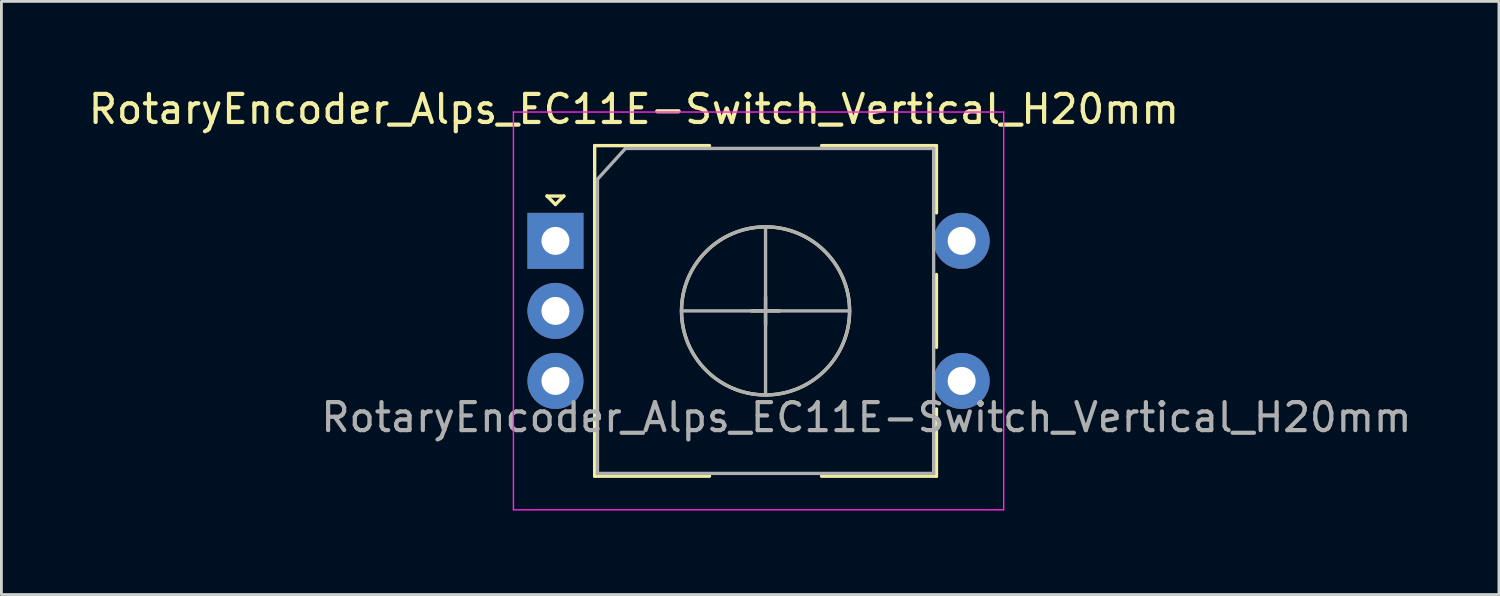
<source format=kicad_pcb>
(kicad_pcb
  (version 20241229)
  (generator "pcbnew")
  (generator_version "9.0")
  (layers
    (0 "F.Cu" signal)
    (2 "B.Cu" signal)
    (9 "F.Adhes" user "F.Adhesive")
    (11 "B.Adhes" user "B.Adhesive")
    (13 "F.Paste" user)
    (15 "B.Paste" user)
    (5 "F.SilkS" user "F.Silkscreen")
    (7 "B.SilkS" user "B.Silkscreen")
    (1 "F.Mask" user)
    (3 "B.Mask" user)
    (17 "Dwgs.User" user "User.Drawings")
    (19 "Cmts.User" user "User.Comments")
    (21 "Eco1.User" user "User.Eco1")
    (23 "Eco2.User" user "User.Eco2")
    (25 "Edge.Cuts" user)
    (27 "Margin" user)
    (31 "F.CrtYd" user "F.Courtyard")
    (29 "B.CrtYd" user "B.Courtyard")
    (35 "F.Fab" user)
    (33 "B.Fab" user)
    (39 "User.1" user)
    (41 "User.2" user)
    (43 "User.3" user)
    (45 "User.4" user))
  (footprint "RotaryEncoder_Alps_EC11E-Switch_Vertical_H20mm"
    (layer "F.Cu")
    (at 24.277 8.048)
    (property "Reference" "RotaryEncoder_Alps_EC11E-Switch_Vertical_H20mm" (at -4.7 -7.2 0) (layer "F.SilkS") (effects (font (size 1 1) (thickness 0.15))))
    (attr through_hole)
    (fp_line (start -7.8 -4.1) (end -7.2 -4.1) (stroke (width 0.12) (type solid)) (layer "F.SilkS"))
    (fp_line (start -7.5 -3.8) (end -7.8 -4.1) (stroke (width 0.12) (type solid)) (layer "F.SilkS"))
    (fp_line (start -7.2 -4.1) (end -7.5 -3.8) (stroke (width 0.12) (type solid)) (layer "F.SilkS"))
    (fp_line (start -6.1 -5.9) (end -6.1 5.9) (stroke (width 0.12) (type solid)) (layer "F.SilkS"))
    (fp_line (start -2 -5.9) (end -6.1 -5.9) (stroke (width 0.12) (type solid)) (layer "F.SilkS"))
    (fp_line (start -2 5.9) (end -6.1 5.9) (stroke (width 0.12) (type solid)) (layer "F.SilkS"))
    (fp_line (start -0.5 0) (end 0.5 0) (stroke (width 0.12) (type solid)) (layer "F.SilkS"))
    (fp_line (start 0 -0.5) (end 0 0.5) (stroke (width 0.12) (type solid)) (layer "F.SilkS"))
    (fp_line (start 2 -5.9) (end 6.1 -5.9) (stroke (width 0.12) (type solid)) (layer "F.SilkS"))
    (fp_line (start 6.1 -5.9) (end 6.1 -3.5) (stroke (width 0.12) (type solid)) (layer "F.SilkS"))
    (fp_line (start 6.1 -1.3) (end 6.1 1.3) (stroke (width 0.12) (type solid)) (layer "F.SilkS"))
    (fp_line (start 6.1 3.5) (end 6.1 5.9) (stroke (width 0.12) (type solid)) (layer "F.SilkS"))
    (fp_line (start 6.1 5.9) (end 2 5.9) (stroke (width 0.12) (type solid)) (layer "F.SilkS"))
    (fp_circle (center 0 0) (end 3 0) (stroke (width 0.12) (type solid)) (fill no) (layer "F.SilkS"))
    (fp_line (start -9 -7.1) (end -9 7.1) (stroke (width 0.05) (type solid)) (layer "F.CrtYd"))
    (fp_line (start -9 -7.1) (end 8.5 -7.1) (stroke (width 0.05) (type solid)) (layer "F.CrtYd"))
    (fp_line (start 8.5 7.1) (end -9 7.1) (stroke (width 0.05) (type solid)) (layer "F.CrtYd"))
    (fp_line (start 8.5 7.1) (end 8.5 -7.1) (stroke (width 0.05) (type solid)) (layer "F.CrtYd"))
    (fp_line (start -6 -4.7) (end -5 -5.8) (stroke (width 0.12) (type solid)) (layer "F.Fab"))
    (fp_line (start -6 5.8) (end -6 -4.7) (stroke (width 0.12) (type solid)) (layer "F.Fab"))
    (fp_line (start -5 -5.8) (end 6 -5.8) (stroke (width 0.12) (type solid)) (layer "F.Fab"))
    (fp_line (start -3 0) (end 3 0) (stroke (width 0.12) (type solid)) (layer "F.Fab"))
    (fp_line (start 0 -3) (end 0 3) (stroke (width 0.12) (type solid)) (layer "F.Fab"))
    (fp_line (start 6 -5.8) (end 6 5.8) (stroke (width 0.12) (type solid)) (layer "F.Fab"))
    (fp_line (start 6 5.8) (end -6 5.8) (stroke (width 0.12) (type solid)) (layer "F.Fab"))
    (fp_circle (center 0 0) (end 3 0) (stroke (width 0.12) (type solid)) (fill no) (layer "F.Fab"))
    (fp_text user "${REFERENCE}" (at 3.6 3.8 0) (layer "F.Fab") (effects (font (size 1 1) (thickness 0.15))))
    (pad "A" thru_hole rect (at -7.5 -2.5) (size 2 2) (drill 1) (layers "*.Cu" "*.Mask"))
    (pad "B" thru_hole circle (at -7.5 2.5) (size 2 2) (drill 1) (layers "*.Cu" "*.Mask"))
    (pad "C" thru_hole circle (at -7.5 0) (size 2 2) (drill 1) (layers "*.Cu" "*.Mask"))
    (pad "S1" thru_hole circle (at 7 2.5) (size 2 2) (drill 1) (layers "*.Cu" "*.Mask"))
    (pad "S2" thru_hole circle (at 7 -2.5) (size 2 2) (drill 1) (layers "*.Cu" "*.Mask")))
  (gr_rect
    (start -3 -3)
    (end 50.455 18.173)
    (stroke (width 0.1) (type default))
    (fill no)
    (layer "Edge.Cuts")))
</source>
